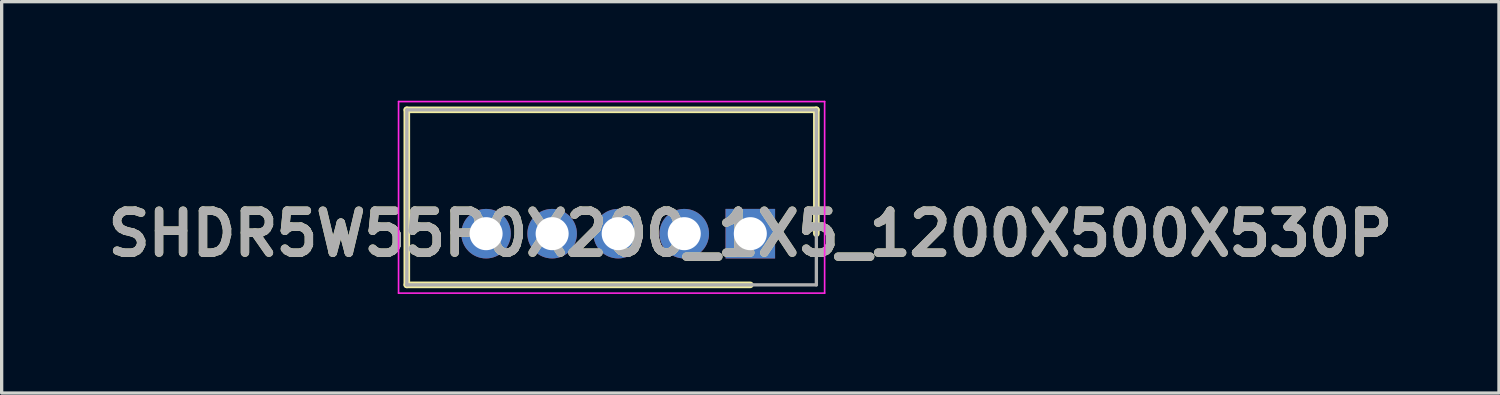
<source format=kicad_pcb>
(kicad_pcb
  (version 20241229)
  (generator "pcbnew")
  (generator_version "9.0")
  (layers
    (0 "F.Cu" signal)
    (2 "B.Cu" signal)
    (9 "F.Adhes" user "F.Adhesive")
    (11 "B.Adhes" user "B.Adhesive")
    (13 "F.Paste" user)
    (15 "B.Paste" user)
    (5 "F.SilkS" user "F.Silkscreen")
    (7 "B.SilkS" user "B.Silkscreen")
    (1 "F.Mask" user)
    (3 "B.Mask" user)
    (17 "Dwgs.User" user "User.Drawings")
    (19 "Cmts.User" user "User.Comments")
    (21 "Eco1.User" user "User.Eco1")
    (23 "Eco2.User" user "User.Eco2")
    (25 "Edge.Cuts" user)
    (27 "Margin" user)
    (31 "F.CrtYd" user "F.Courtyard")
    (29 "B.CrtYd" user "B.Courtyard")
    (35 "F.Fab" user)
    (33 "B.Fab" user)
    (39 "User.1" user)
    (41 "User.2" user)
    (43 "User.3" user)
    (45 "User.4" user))
  (footprint "SHDR5W55P0X200_1X5_1200X500X530P"
    (layer "F.Cu")
    (at 19.667 4.025)
    (property "Reference" "SHDR5W55P0X200_1X5_1200X500X530P" (at 0 0 0) (layer "F.SilkS") (effects (font (size 1.27 1.27) (thickness 0.254))))
    (attr through_hole)
    (fp_line (start -10.4 -3.75) (end 2 -3.75) (stroke (width 0.2) (type solid)) (layer "F.SilkS"))
    (fp_line (start -10.4 1.55) (end -10.4 -3.75) (stroke (width 0.2) (type solid)) (layer "F.SilkS"))
    (fp_line (start 0 1.55) (end -10.4 1.55) (stroke (width 0.2) (type solid)) (layer "F.SilkS"))
    (fp_line (start 2 -3.75) (end 2 0) (stroke (width 0.2) (type solid)) (layer "F.SilkS"))
    (fp_line (start -10.65 -4) (end 2.25 -4) (stroke (width 0.05) (type solid)) (layer "F.CrtYd"))
    (fp_line (start -10.65 1.8) (end -10.65 -4) (stroke (width 0.05) (type solid)) (layer "F.CrtYd"))
    (fp_line (start 2.25 -4) (end 2.25 1.8) (stroke (width 0.05) (type solid)) (layer "F.CrtYd"))
    (fp_line (start 2.25 1.8) (end -10.65 1.8) (stroke (width 0.05) (type solid)) (layer "F.CrtYd"))
    (fp_line (start -10.4 -3.75) (end 2 -3.75) (stroke (width 0.1) (type solid)) (layer "F.Fab"))
    (fp_line (start -10.4 1.55) (end -10.4 -3.75) (stroke (width 0.1) (type solid)) (layer "F.Fab"))
    (fp_line (start 2 -3.75) (end 2 1.55) (stroke (width 0.1) (type solid)) (layer "F.Fab"))
    (fp_line (start 2 1.55) (end -10.4 1.55) (stroke (width 0.1) (type solid)) (layer "F.Fab"))
    (fp_text user "${REFERENCE}" (at 0 0 0) (layer "F.Fab") (effects (font (size 1.27 1.27) (thickness 0.254))))
    (pad "1" thru_hole rect (at 0 0) (size 1.5 1.5) (drill 1) (layers "*.Cu" "*.Mask"))
    (pad "2" thru_hole circle (at -2 0) (size 1.5 1.5) (drill 1) (layers "*.Cu" "*.Mask"))
    (pad "3" thru_hole circle (at -4 0) (size 1.5 1.5) (drill 1) (layers "*.Cu" "*.Mask"))
    (pad "4" thru_hole circle (at -6 0) (size 1.5 1.5) (drill 1) (layers "*.Cu" "*.Mask"))
    (pad "5" thru_hole circle (at -8 0) (size 1.5 1.5) (drill 1) (layers "*.Cu" "*.Mask")))
  (gr_rect
    (start -3 -3)
    (end 42.334 8.85)
    (stroke (width 0.1) (type default))
    (fill no)
    (layer "Edge.Cuts")))
</source>
